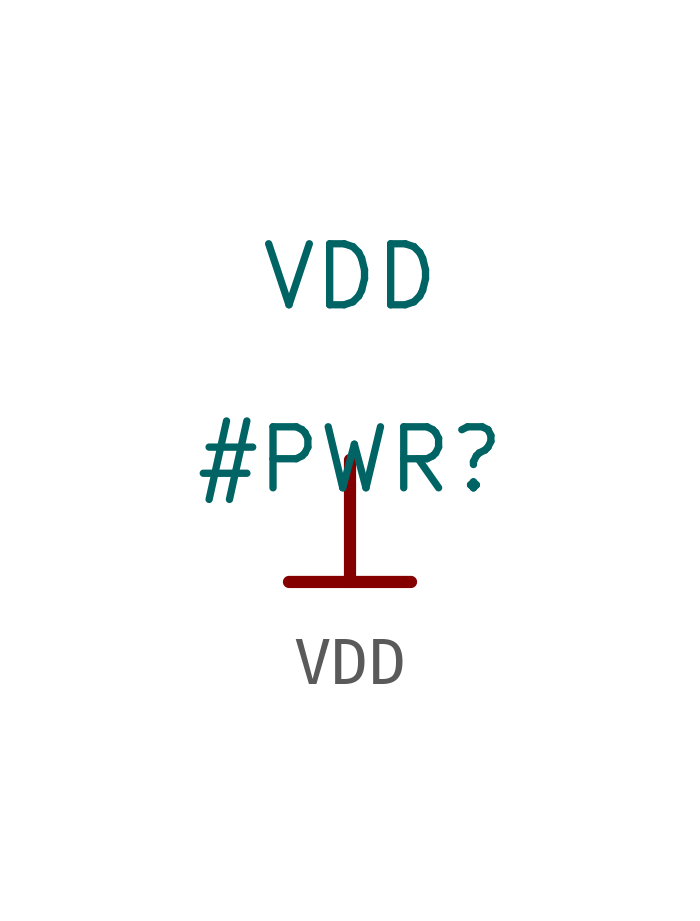
<source format=kicad_sym>
(kicad_symbol_lib
  (version 20211014)
  (generator kicad_symbol_editor)
  (symbol "VDD"
    (power)
    (property "Reference" "#PWR"
      (at 0 0 0)
      (effects (font (size 1.27 1.27))))
    (property "Value" "VDD"
      (at 0 3.81 0)
      (effects (font (size 1.27 1.27))))
    (symbol "VDD_0_0"
      (polyline (pts (xy -1.27 -2.54) (xy 1.27 -2.54)) (stroke (width 0.254) (type default) (color 0 0 0 0)) (fill (type none)))
      (polyline (pts (xy 0 0) (xy 0 -2.54)) (stroke (width 0.254) (type default) (color 0 0 0 0)) (fill (type none)))
      (pin power_in line (at 0 0 0) (length 0) hide (name "VDD" (effects (font (size 1.27 1.27)))) (number "" (effects (font (size 1.27 1.27))))))))
</source>
